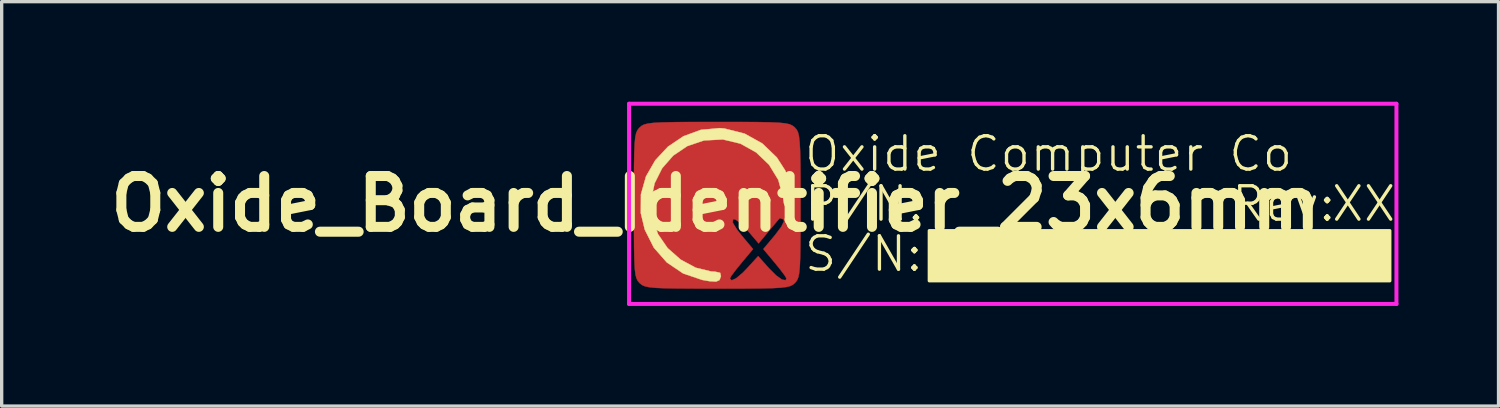
<source format=kicad_pcb>
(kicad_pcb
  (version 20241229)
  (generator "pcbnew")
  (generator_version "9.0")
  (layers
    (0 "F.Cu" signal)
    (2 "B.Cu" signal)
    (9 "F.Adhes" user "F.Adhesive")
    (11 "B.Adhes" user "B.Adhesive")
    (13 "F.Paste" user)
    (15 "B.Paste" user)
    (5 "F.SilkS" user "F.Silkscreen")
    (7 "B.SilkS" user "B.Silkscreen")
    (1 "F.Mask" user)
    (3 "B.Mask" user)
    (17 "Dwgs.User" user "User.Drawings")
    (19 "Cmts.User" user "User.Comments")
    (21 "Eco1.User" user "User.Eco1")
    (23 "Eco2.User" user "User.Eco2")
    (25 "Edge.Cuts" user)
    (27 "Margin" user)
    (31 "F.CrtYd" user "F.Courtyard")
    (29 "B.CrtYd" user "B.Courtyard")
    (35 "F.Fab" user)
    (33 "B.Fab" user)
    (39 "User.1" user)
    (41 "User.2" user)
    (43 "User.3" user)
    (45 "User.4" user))
  (footprint "Oxide_Board_Identifier_23x6mm"
    (layer "F.Cu")
    (at 18.404 3.06)
    (property "Reference" "Oxide_Board_Identifier_23x6mm" (at 0 0 0) (layer "F.SilkS") (effects (font (size 1.524 1.524) (thickness 0.3))))
    (attr exclude_from_pos_files exclude_from_bom)
    (fp_poly (pts (xy 0.705 -2.455) (xy 1.218 -2.452) (xy 1.605 -2.445) (xy 1.884 -2.433) (xy 2.078 -2.414) (xy 2.208 -2.387) (xy 2.293 -2.349) (xy 2.356 -2.301) (xy 2.371 -2.286) (xy 2.423 -2.226) (xy 2.463 -2.148) (xy 2.492 -2.032) (xy 2.513 -1.857) (xy 2.527 -1.601) (xy 2.535 -1.244) (xy 2.539 -0.766) (xy 2.54 -0.144) (xy 2.54 0.042) (xy 2.539 0.705) (xy 2.536 1.218) (xy 2.53 1.605) (xy 2.518 1.884) (xy 2.499 2.078) (xy 2.471 2.208) (xy 2.434 2.293) (xy 2.385 2.356) (xy 2.371 2.371) (xy 2.311 2.423) (xy 2.233 2.463) (xy 2.117 2.492) (xy 1.942 2.513) (xy 1.686 2.527) (xy 1.329 2.535) (xy 0.85 2.539) (xy 0.228 2.54) (xy 0.042 2.54) (xy -0.62 2.539) (xy -1.134 2.536) (xy -1.52 2.53) (xy -1.8 2.518) (xy -1.994 2.499) (xy -2.123 2.471) (xy -2.208 2.434) (xy -2.271 2.385) (xy -2.286 2.371) (xy -2.338 2.311) (xy -2.378 2.233) (xy -2.408 2.117) (xy -2.429 1.942) (xy -2.442 1.686) (xy -2.45 1.329) (xy -2.454 0.85) (xy -2.455 0.228) (xy -2.455 0.042) (xy -2.455 -0.136) (xy -2.193 -0.136) (xy -2.179 0.368) (xy -2.059 0.858) (xy -1.828 1.313) (xy -1.486 1.711) (xy -1.03 2.028) (xy -0.593 2.207) (xy -0.33 2.264) (xy -0.087 2.279) (xy 0.088 2.254) (xy 0.107 2.234) (xy 0.423 2.234) (xy 0.473 2.293) (xy 0.608 2.232) (xy 0.808 2.064) (xy 0.941 1.926) (xy 1.27 1.566) (xy 1.59 1.926) (xy 1.807 2.143) (xy 1.983 2.269) (xy 2.092 2.289) (xy 2.117 2.234) (xy 2.066 2.147) (xy 1.935 1.972) (xy 1.77 1.769) (xy 1.424 1.355) (xy 1.773 0.938) (xy 1.964 0.685) (xy 2.044 0.52) (xy 2.029 0.464) (xy 1.925 0.429) (xy 1.909 0.436) (xy 1.844 0.512) (xy 1.705 0.678) (xy 1.582 0.826) (xy 1.283 1.185) (xy 0.948 0.793) (xy 0.743 0.58) (xy 0.584 0.467) (xy 0.516 0.461) (xy 0.507 0.56) (xy 0.63 0.764) (xy 0.767 0.938) (xy 1.116 1.355) (xy 0.77 1.769) (xy 0.591 1.99) (xy 0.465 2.159) (xy 0.423 2.234) (xy 0.107 2.234) (xy 0.15 2.19) (xy 0.148 2.18) (xy 0.05 2.107) (xy -0.158 2.041) (xy -0.282 2.018) (xy -0.807 1.866) (xy -1.245 1.591) (xy -1.587 1.219) (xy -1.824 0.775) (xy -1.949 0.287) (xy -1.953 -0.22) (xy -1.827 -0.719) (xy -1.562 -1.184) (xy -1.385 -1.385) (xy -0.935 -1.725) (xy -0.425 -1.92) (xy 0.111 -1.972) (xy 0.644 -1.879) (xy 1.141 -1.641) (xy 1.425 -1.414) (xy 1.757 -1.022) (xy 1.952 -0.591) (xy 2.02 -0.269) (xy 2.079 -0.018) (xy 2.156 0.127) (xy 2.23 0.149) (xy 2.278 0.036) (xy 2.286 -0.089) (xy 2.228 -0.561) (xy 2.043 -0.994) (xy 1.715 -1.422) (xy 1.612 -1.529) (xy 1.187 -1.89) (xy 0.756 -2.105) (xy 0.271 -2.192) (xy -0.146 -2.185) (xy -0.729 -2.07) (xy -1.218 -1.835) (xy -1.611 -1.502) (xy -1.906 -1.093) (xy -2.101 -0.63) (xy -2.193 -0.136) (xy -2.455 -0.136) (xy -2.455 -0.62) (xy -2.452 -1.134) (xy -2.445 -1.52) (xy -2.433 -1.8) (xy -2.414 -1.994) (xy -2.387 -2.123) (xy -2.349 -2.208) (xy -2.301 -2.271) (xy -2.286 -2.286) (xy -2.226 -2.338) (xy -2.148 -2.378) (xy -2.032 -2.408) (xy -1.857 -2.429) (xy -1.601 -2.442) (xy -1.244 -2.45) (xy -0.766 -2.454) (xy -0.144 -2.455) (xy 0.042 -2.455) (xy 0.705 -2.455)) (stroke (width 0.01) (type solid)) (fill yes) (layer "F.Cu"))
    (fp_poly (pts (xy 0.705 -2.455) (xy 1.218 -2.452) (xy 1.605 -2.445) (xy 1.884 -2.433) (xy 2.078 -2.414) (xy 2.208 -2.387) (xy 2.293 -2.349) (xy 2.356 -2.301) (xy 2.371 -2.286) (xy 2.423 -2.226) (xy 2.463 -2.148) (xy 2.492 -2.032) (xy 2.513 -1.857) (xy 2.527 -1.601) (xy 2.535 -1.244) (xy 2.539 -0.766) (xy 2.54 -0.144) (xy 2.54 0.042) (xy 2.539 0.705) (xy 2.536 1.218) (xy 2.53 1.605) (xy 2.518 1.884) (xy 2.499 2.078) (xy 2.471 2.208) (xy 2.434 2.293) (xy 2.385 2.356) (xy 2.371 2.371) (xy 2.311 2.423) (xy 2.233 2.463) (xy 2.117 2.492) (xy 1.942 2.513) (xy 1.686 2.527) (xy 1.329 2.535) (xy 0.85 2.539) (xy 0.228 2.54) (xy 0.042 2.54) (xy -0.62 2.539) (xy -1.134 2.536) (xy -1.52 2.53) (xy -1.8 2.518) (xy -1.994 2.499) (xy -2.123 2.471) (xy -2.208 2.434) (xy -2.271 2.385) (xy -2.286 2.371) (xy -2.338 2.311) (xy -2.378 2.233) (xy -2.408 2.117) (xy -2.429 1.942) (xy -2.442 1.686) (xy -2.45 1.329) (xy -2.454 0.85) (xy -2.455 0.228) (xy -2.455 0.042) (xy -2.455 -0.136) (xy -2.193 -0.136) (xy -2.179 0.368) (xy -2.059 0.858) (xy -1.828 1.313) (xy -1.486 1.711) (xy -1.03 2.028) (xy -0.593 2.207) (xy -0.33 2.264) (xy -0.087 2.279) (xy 0.088 2.254) (xy 0.107 2.234) (xy 0.423 2.234) (xy 0.473 2.293) (xy 0.608 2.232) (xy 0.808 2.064) (xy 0.941 1.926) (xy 1.27 1.566) (xy 1.59 1.926) (xy 1.807 2.143) (xy 1.983 2.269) (xy 2.092 2.289) (xy 2.117 2.234) (xy 2.066 2.147) (xy 1.935 1.972) (xy 1.77 1.769) (xy 1.424 1.355) (xy 1.773 0.938) (xy 1.964 0.685) (xy 2.044 0.52) (xy 2.029 0.464) (xy 1.925 0.429) (xy 1.909 0.436) (xy 1.844 0.512) (xy 1.705 0.678) (xy 1.582 0.826) (xy 1.283 1.185) (xy 0.948 0.793) (xy 0.743 0.58) (xy 0.584 0.467) (xy 0.516 0.461) (xy 0.507 0.56) (xy 0.63 0.764) (xy 0.767 0.938) (xy 1.116 1.355) (xy 0.77 1.769) (xy 0.591 1.99) (xy 0.465 2.159) (xy 0.423 2.234) (xy 0.107 2.234) (xy 0.15 2.19) (xy 0.148 2.18) (xy 0.05 2.107) (xy -0.158 2.041) (xy -0.282 2.018) (xy -0.807 1.866) (xy -1.245 1.591) (xy -1.587 1.219) (xy -1.824 0.775) (xy -1.949 0.287) (xy -1.953 -0.22) (xy -1.827 -0.719) (xy -1.562 -1.184) (xy -1.385 -1.385) (xy -0.935 -1.725) (xy -0.425 -1.92) (xy 0.111 -1.972) (xy 0.644 -1.879) (xy 1.141 -1.641) (xy 1.425 -1.414) (xy 1.757 -1.022) (xy 1.952 -0.591) (xy 2.02 -0.269) (xy 2.079 -0.018) (xy 2.156 0.127) (xy 2.23 0.149) (xy 2.278 0.036) (xy 2.286 -0.089) (xy 2.228 -0.561) (xy 2.043 -0.994) (xy 1.715 -1.422) (xy 1.612 -1.529) (xy 1.187 -1.89) (xy 0.756 -2.105) (xy 0.271 -2.192) (xy -0.146 -2.185) (xy -0.729 -2.07) (xy -1.218 -1.835) (xy -1.611 -1.502) (xy -1.906 -1.093) (xy -2.101 -0.63) (xy -2.193 -0.136) (xy -2.455 -0.136) (xy -2.455 -0.62) (xy -2.452 -1.134) (xy -2.445 -1.52) (xy -2.433 -1.8) (xy -2.414 -1.994) (xy -2.387 -2.123) (xy -2.349 -2.208) (xy -2.301 -2.271) (xy -2.286 -2.286) (xy -2.226 -2.338) (xy -2.148 -2.378) (xy -2.032 -2.408) (xy -1.857 -2.429) (xy -1.601 -2.442) (xy -1.244 -2.45) (xy -0.766 -2.454) (xy -0.144 -2.455) (xy 0.042 -2.455) (xy 0.705 -2.455)) (stroke (width 0.01) (type solid)) (fill yes) (layer "F.Mask"))
    (fp_poly (pts (xy 20.2 2.305) (xy 6.4 2.305) (xy 6.4 0.805) (xy 20.2 0.805)) (stroke (width 0.1) (type solid)) (fill yes) (layer "F.SilkS"))
    (fp_poly (pts (xy 0.262 -2.258) (xy 0.862 -2.106) (xy 1.393 -1.811) (xy 1.83 -1.39) (xy 2.08 -1.002) (xy 2.213 -0.681) (xy 2.29 -0.365) (xy 2.309 -0.094) (xy 2.266 0.091) (xy 2.192 0.149) (xy 2.1 0.127) (xy 2.043 -0.008) (xy 2.011 -0.211) (xy 1.873 -0.719) (xy 1.596 -1.172) (xy 1.209 -1.542) (xy 0.74 -1.804) (xy 0.218 -1.929) (xy 0.206 -1.93) (xy -0.353 -1.901) (xy -0.853 -1.732) (xy -1.277 -1.446) (xy -1.609 -1.066) (xy -1.835 -0.615) (xy -1.939 -0.116) (xy -1.905 0.409) (xy -1.732 0.908) (xy -1.444 1.326) (xy -1.053 1.671) (xy -0.602 1.914) (xy -0.135 2.027) (xy -0.025 2.032) (xy 0.131 2.067) (xy 0.154 2.173) (xy 0.11 2.284) (xy 0.009 2.33) (xy -0.19 2.318) (xy -0.411 2.279) (xy -0.979 2.086) (xy -1.468 1.756) (xy -1.858 1.312) (xy -2.129 0.774) (xy -2.248 0.279) (xy -2.244 -0.288) (xy -2.092 -0.824) (xy -1.814 -1.307) (xy -1.433 -1.715) (xy -0.97 -2.027) (xy -0.446 -2.219) (xy 0.116 -2.27) (xy 0.262 -2.258)) (stroke (width 0.01) (type solid)) (fill yes) (layer "F.SilkS"))
    (fp_line (start -2.6 -3) (end 20.4 -3) (stroke (width 0.12) (type solid)) (layer "F.CrtYd"))
    (fp_line (start -2.6 3) (end -2.6 -3) (stroke (width 0.12) (type solid)) (layer "F.CrtYd"))
    (fp_line (start 20.4 -3) (end 20.4 3) (stroke (width 0.12) (type solid)) (layer "F.CrtYd"))
    (fp_line (start 20.4 3) (end -2.6 3) (stroke (width 0.12) (type solid)) (layer "F.CrtYd"))
    (fp_text user "Rev:" (at 15.4 0 0) (layer "F.SilkS") (effects (font (size 1 1) (thickness 0.1)) (justify left)))
    (fp_text user "XX" (at 18.4 0 0) (layer "F.SilkS") (effects (font (size 1 1) (thickness 0.1)) (justify left)))
    (fp_text user "Oxide Computer Co" (at 2.6 -1.5 0) (layer "F.SilkS") (effects (font (size 1 1) (thickness 0.1)) (justify left)))
    (fp_text user "S/N:" (at 2.6 1.5 0) (layer "F.SilkS") (effects (font (size 1 1) (thickness 0.1)) (justify left)))
    (fp_text user "P/N:" (at 2.6 0 0) (layer "F.SilkS") (effects (font (size 1 1) (thickness 0.1)) (justify left))))
  (gr_rect
    (start -3 -3)
    (end 41.864 9.12)
    (stroke (width 0.1) (type default))
    (fill no)
    (layer "Edge.Cuts")))
</source>
